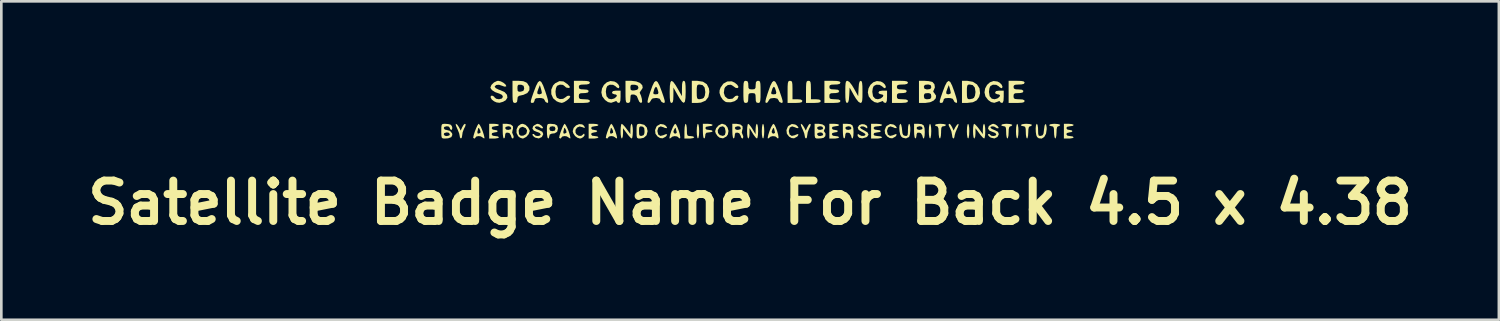
<source format=kicad_pcb>
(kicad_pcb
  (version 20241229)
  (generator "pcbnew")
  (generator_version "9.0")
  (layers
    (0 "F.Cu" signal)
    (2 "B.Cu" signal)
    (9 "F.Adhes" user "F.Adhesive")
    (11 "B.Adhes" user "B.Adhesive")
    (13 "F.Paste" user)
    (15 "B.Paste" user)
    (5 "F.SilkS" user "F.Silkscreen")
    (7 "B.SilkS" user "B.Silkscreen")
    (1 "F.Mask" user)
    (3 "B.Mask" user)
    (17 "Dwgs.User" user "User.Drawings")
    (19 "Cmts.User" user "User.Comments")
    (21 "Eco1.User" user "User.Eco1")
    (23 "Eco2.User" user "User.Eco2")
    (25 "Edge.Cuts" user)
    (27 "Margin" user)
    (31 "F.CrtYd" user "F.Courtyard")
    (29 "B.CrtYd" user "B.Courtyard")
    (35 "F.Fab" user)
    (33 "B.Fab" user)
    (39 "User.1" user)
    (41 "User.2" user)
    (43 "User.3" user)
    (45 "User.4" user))
  (footprint "Satellite Badge Name For Back 4.5 x 4.38"
    (layer "F.Cu")
    (at 25.262 4.601)
    (property "Reference" "Satellite Badge Name For Back 4.5 x 4.38" (at 0 0 0) (layer "F.SilkS") (effects (font (size 1.524 1.524) (thickness 0.3))))
    (attr board_only exclude_from_pos_files exclude_from_bom)
    (fp_poly (pts (xy -1.944 -2.936) (xy -1.927 -2.826) (xy -1.922 -2.7) (xy -1.929 -2.552) (xy -1.948 -2.452) (xy -1.969 -2.422) (xy -1.993 -2.464) (xy -2.01 -2.575) (xy -2.015 -2.7) (xy -2.008 -2.848) (xy -1.99 -2.949) (xy -1.969 -2.978)) (stroke (width 0) (type solid)) (fill yes) (layer "F.SilkS"))
    (fp_poly (pts (xy 0.513 -2.936) (xy 0.529 -2.826) (xy 0.534 -2.7) (xy 0.527 -2.552) (xy 0.509 -2.452) (xy 0.488 -2.422) (xy 0.463 -2.464) (xy 0.446 -2.575) (xy 0.442 -2.7) (xy 0.449 -2.848) (xy 0.467 -2.949) (xy 0.488 -2.978)) (stroke (width 0) (type solid)) (fill yes) (layer "F.SilkS"))
    (fp_poly (pts (xy 6.816 -2.936) (xy 6.833 -2.826) (xy 6.838 -2.7) (xy 6.831 -2.552) (xy 6.812 -2.452) (xy 6.792 -2.422) (xy 6.767 -2.464) (xy 6.75 -2.575) (xy 6.745 -2.7) (xy 6.752 -2.848) (xy 6.771 -2.949) (xy 6.792 -2.978)) (stroke (width 0) (type solid)) (fill yes) (layer "F.SilkS"))
    (fp_poly (pts (xy 8.253 -2.936) (xy 8.27 -2.826) (xy 8.275 -2.7) (xy 8.268 -2.552) (xy 8.249 -2.452) (xy 8.228 -2.422) (xy 8.204 -2.464) (xy 8.187 -2.575) (xy 8.182 -2.7) (xy 8.189 -2.848) (xy 8.207 -2.949) (xy 8.228 -2.978)) (stroke (width 0) (type solid)) (fill yes) (layer "F.SilkS"))
    (fp_poly (pts (xy 10.107 -2.936) (xy 10.124 -2.826) (xy 10.129 -2.7) (xy 10.122 -2.552) (xy 10.103 -2.452) (xy 10.082 -2.422) (xy 10.058 -2.464) (xy 10.041 -2.575) (xy 10.036 -2.7) (xy 10.043 -2.848) (xy 10.062 -2.949) (xy 10.082 -2.978)) (stroke (width 0) (type solid)) (fill yes) (layer "F.SilkS"))
    (fp_poly (pts (xy -2.406 -2.937) (xy -2.389 -2.83) (xy -2.386 -2.747) (xy -2.383 -2.609) (xy -2.364 -2.541) (xy -2.315 -2.517) (xy -2.247 -2.515) (xy -2.149 -2.501) (xy -2.108 -2.469) (xy -2.108 -2.468) (xy -2.149 -2.439) (xy -2.252 -2.423) (xy -2.293 -2.422) (xy -2.479 -2.422) (xy -2.479 -2.7) (xy -2.471 -2.848) (xy -2.453 -2.949) (xy -2.432 -2.978)) (stroke (width 0) (type solid)) (fill yes) (layer "F.SilkS"))
    (fp_poly (pts (xy 1.555 -4.592) (xy 1.583 -4.555) (xy 1.596 -4.469) (xy 1.6 -4.315) (xy 1.6 -4.253) (xy 1.6 -3.905) (xy 1.786 -3.905) (xy 1.915 -3.894) (xy 1.968 -3.856) (xy 1.971 -3.836) (xy 1.95 -3.795) (xy 1.874 -3.774) (xy 1.727 -3.766) (xy 1.693 -3.766) (xy 1.415 -3.766) (xy 1.415 -4.183) (xy 1.416 -4.382) (xy 1.424 -4.505) (xy 1.441 -4.57) (xy 1.471 -4.596) (xy 1.508 -4.601)) (stroke (width 0) (type solid)) (fill yes) (layer "F.SilkS"))
    (fp_poly (pts (xy 2.25 -4.592) (xy 2.278 -4.555) (xy 2.291 -4.469) (xy 2.295 -4.315) (xy 2.296 -4.253) (xy 2.296 -3.905) (xy 2.481 -3.905) (xy 2.61 -3.894) (xy 2.663 -3.856) (xy 2.666 -3.836) (xy 2.645 -3.795) (xy 2.569 -3.774) (xy 2.422 -3.766) (xy 2.388 -3.766) (xy 2.11 -3.766) (xy 2.11 -4.183) (xy 2.112 -4.382) (xy 2.119 -4.505) (xy 2.136 -4.57) (xy 2.166 -4.596) (xy 2.203 -4.601)) (stroke (width 0) (type solid)) (fill yes) (layer "F.SilkS"))
    (fp_poly (pts (xy -10.733 -2.955) (xy -10.755 -2.876) (xy -10.798 -2.793) (xy -10.85 -2.658) (xy -10.866 -2.55) (xy -10.882 -2.457) (xy -10.914 -2.422) (xy -10.952 -2.461) (xy -10.961 -2.517) (xy -10.981 -2.616) (xy -11.033 -2.75) (xy -11.054 -2.795) (xy -11.101 -2.904) (xy -11.112 -2.969) (xy -11.102 -2.978) (xy -11.051 -2.941) (xy -10.99 -2.852) (xy -10.99 -2.851) (xy -10.923 -2.723) (xy -10.865 -2.851) (xy -10.812 -2.941) (xy -10.768 -2.978)) (stroke (width 0) (type solid)) (fill yes) (layer "F.SilkS"))
    (fp_poly (pts (xy 2.291 -2.955) (xy 2.27 -2.876) (xy 2.226 -2.793) (xy 2.175 -2.658) (xy 2.158 -2.55) (xy 2.142 -2.457) (xy 2.11 -2.422) (xy 2.073 -2.461) (xy 2.064 -2.517) (xy 2.043 -2.616) (xy 1.992 -2.75) (xy 1.97 -2.795) (xy 1.924 -2.904) (xy 1.913 -2.969) (xy 1.922 -2.978) (xy 1.974 -2.941) (xy 2.034 -2.852) (xy 2.035 -2.851) (xy 2.102 -2.723) (xy 2.16 -2.851) (xy 2.212 -2.941) (xy 2.257 -2.978)) (stroke (width 0) (type solid)) (fill yes) (layer "F.SilkS"))
    (fp_poly (pts (xy 7.869 -2.942) (xy 7.839 -2.851) (xy 7.812 -2.795) (xy 7.754 -2.659) (xy 7.721 -2.543) (xy 7.719 -2.517) (xy 7.699 -2.44) (xy 7.672 -2.422) (xy 7.638 -2.462) (xy 7.624 -2.55) (xy 7.599 -2.689) (xy 7.556 -2.793) (xy 7.498 -2.911) (xy 7.497 -2.969) (xy 7.526 -2.978) (xy 7.57 -2.941) (xy 7.623 -2.851) (xy 7.681 -2.723) (xy 7.747 -2.851) (xy 7.808 -2.94) (xy 7.859 -2.978) (xy 7.86 -2.978)) (stroke (width 0) (type solid)) (fill yes) (layer "F.SilkS"))
    (fp_poly (pts (xy 7.31 -2.969) (xy 7.385 -2.946) (xy 7.394 -2.932) (xy 7.355 -2.894) (xy 7.301 -2.886) (xy 7.246 -2.873) (xy 7.218 -2.822) (xy 7.209 -2.707) (xy 7.209 -2.654) (xy 7.2 -2.522) (xy 7.179 -2.438) (xy 7.162 -2.422) (xy 7.136 -2.464) (xy 7.119 -2.57) (xy 7.116 -2.654) (xy 7.109 -2.8) (xy 7.083 -2.871) (xy 7.046 -2.886) (xy 6.985 -2.911) (xy 6.977 -2.932) (xy 7.018 -2.96) (xy 7.123 -2.976) (xy 7.186 -2.978)) (stroke (width 0) (type solid)) (fill yes) (layer "F.SilkS"))
    (fp_poly (pts (xy 9.813 -2.969) (xy 9.887 -2.946) (xy 9.897 -2.932) (xy 9.859 -2.891) (xy 9.828 -2.886) (xy 9.784 -2.861) (xy 9.762 -2.775) (xy 9.758 -2.654) (xy 9.75 -2.522) (xy 9.728 -2.438) (xy 9.712 -2.422) (xy 9.685 -2.464) (xy 9.668 -2.57) (xy 9.665 -2.654) (xy 9.66 -2.793) (xy 9.64 -2.862) (xy 9.594 -2.885) (xy 9.573 -2.886) (xy 9.497 -2.905) (xy 9.48 -2.932) (xy 9.521 -2.96) (xy 9.626 -2.976) (xy 9.688 -2.978)) (stroke (width 0) (type solid)) (fill yes) (layer "F.SilkS"))
    (fp_poly (pts (xy 10.554 -2.969) (xy 10.629 -2.946) (xy 10.639 -2.932) (xy 10.601 -2.891) (xy 10.569 -2.886) (xy 10.525 -2.861) (xy 10.504 -2.775) (xy 10.5 -2.654) (xy 10.491 -2.522) (xy 10.47 -2.438) (xy 10.453 -2.422) (xy 10.427 -2.464) (xy 10.41 -2.57) (xy 10.407 -2.654) (xy 10.402 -2.793) (xy 10.381 -2.862) (xy 10.336 -2.885) (xy 10.314 -2.886) (xy 10.239 -2.905) (xy 10.221 -2.932) (xy 10.263 -2.96) (xy 10.368 -2.976) (xy 10.43 -2.978)) (stroke (width 0) (type solid)) (fill yes) (layer "F.SilkS"))
    (fp_poly (pts (xy 11.621 -2.969) (xy 11.695 -2.946) (xy 11.705 -2.932) (xy 11.667 -2.891) (xy 11.635 -2.886) (xy 11.591 -2.861) (xy 11.57 -2.775) (xy 11.566 -2.654) (xy 11.557 -2.522) (xy 11.536 -2.438) (xy 11.519 -2.422) (xy 11.493 -2.464) (xy 11.476 -2.57) (xy 11.473 -2.654) (xy 11.468 -2.793) (xy 11.447 -2.862) (xy 11.402 -2.885) (xy 11.38 -2.886) (xy 11.305 -2.905) (xy 11.288 -2.932) (xy 11.329 -2.96) (xy 11.434 -2.976) (xy 11.496 -2.978)) (stroke (width 0) (type solid)) (fill yes) (layer "F.SilkS"))
    (fp_poly (pts (xy -3.258 -2.952) (xy -3.194 -2.913) (xy -3.134 -2.846) (xy -3.149 -2.811) (xy -3.222 -2.825) (xy -3.256 -2.843) (xy -3.375 -2.881) (xy -3.461 -2.837) (xy -3.498 -2.719) (xy -3.498 -2.7) (xy -3.468 -2.574) (xy -3.388 -2.521) (xy -3.272 -2.548) (xy -3.256 -2.557) (xy -3.167 -2.591) (xy -3.131 -2.57) (xy -3.166 -2.511) (xy -3.194 -2.488) (xy -3.301 -2.43) (xy -3.399 -2.441) (xy -3.488 -2.494) (xy -3.571 -2.602) (xy -3.587 -2.739) (xy -3.536 -2.869) (xy -3.506 -2.902) (xy -3.384 -2.971)) (stroke (width 0) (type solid)) (fill yes) (layer "F.SilkS"))
    (fp_poly (pts (xy -1.482 -2.968) (xy -1.417 -2.942) (xy -1.412 -2.932) (xy -1.453 -2.899) (xy -1.55 -2.886) (xy -1.552 -2.886) (xy -1.662 -2.865) (xy -1.691 -2.816) (xy -1.649 -2.761) (xy -1.552 -2.747) (xy -1.454 -2.733) (xy -1.412 -2.701) (xy -1.412 -2.7) (xy -1.453 -2.668) (xy -1.55 -2.654) (xy -1.552 -2.654) (xy -1.651 -2.641) (xy -1.687 -2.588) (xy -1.691 -2.538) (xy -1.706 -2.451) (xy -1.737 -2.422) (xy -1.762 -2.464) (xy -1.778 -2.575) (xy -1.783 -2.7) (xy -1.783 -2.978) (xy -1.598 -2.978)) (stroke (width 0) (type solid)) (fill yes) (layer "F.SilkS"))
    (fp_poly (pts (xy 1.702 -2.952) (xy 1.765 -2.913) (xy 1.825 -2.846) (xy 1.811 -2.811) (xy 1.737 -2.825) (xy 1.704 -2.843) (xy 1.585 -2.881) (xy 1.499 -2.837) (xy 1.462 -2.719) (xy 1.461 -2.7) (xy 1.491 -2.574) (xy 1.572 -2.521) (xy 1.688 -2.548) (xy 1.704 -2.557) (xy 1.792 -2.591) (xy 1.828 -2.57) (xy 1.794 -2.511) (xy 1.765 -2.488) (xy 1.658 -2.43) (xy 1.561 -2.441) (xy 1.472 -2.494) (xy 1.389 -2.602) (xy 1.372 -2.739) (xy 1.423 -2.869) (xy 1.453 -2.902) (xy 1.576 -2.971)) (stroke (width 0) (type solid)) (fill yes) (layer "F.SilkS"))
    (fp_poly (pts (xy 5.41 -2.952) (xy 5.473 -2.913) (xy 5.533 -2.846) (xy 5.519 -2.811) (xy 5.445 -2.825) (xy 5.412 -2.843) (xy 5.293 -2.881) (xy 5.207 -2.837) (xy 5.17 -2.719) (xy 5.169 -2.7) (xy 5.199 -2.574) (xy 5.28 -2.521) (xy 5.396 -2.548) (xy 5.412 -2.557) (xy 5.5 -2.591) (xy 5.536 -2.57) (xy 5.502 -2.511) (xy 5.473 -2.488) (xy 5.366 -2.43) (xy 5.269 -2.441) (xy 5.18 -2.494) (xy 5.097 -2.602) (xy 5.08 -2.739) (xy 5.131 -2.869) (xy 5.161 -2.902) (xy 5.284 -2.971)) (stroke (width 0) (type solid)) (fill yes) (layer "F.SilkS"))
    (fp_poly (pts (xy -9.547 -2.968) (xy -9.482 -2.942) (xy -9.477 -2.932) (xy -9.518 -2.899) (xy -9.615 -2.886) (xy -9.616 -2.886) (xy -9.727 -2.865) (xy -9.756 -2.816) (xy -9.715 -2.76) (xy -9.64 -2.747) (xy -9.553 -2.731) (xy -9.524 -2.7) (xy -9.563 -2.665) (xy -9.64 -2.654) (xy -9.733 -2.63) (xy -9.756 -2.584) (xy -9.714 -2.529) (xy -9.616 -2.515) (xy -9.519 -2.501) (xy -9.477 -2.469) (xy -9.477 -2.468) (xy -9.519 -2.439) (xy -9.621 -2.423) (xy -9.663 -2.422) (xy -9.848 -2.422) (xy -9.848 -2.978) (xy -9.663 -2.978)) (stroke (width 0) (type solid)) (fill yes) (layer "F.SilkS"))
    (fp_poly (pts (xy -6.34 -2.957) (xy -6.289 -2.923) (xy -6.236 -2.85) (xy -6.253 -2.821) (xy -6.326 -2.85) (xy -6.436 -2.877) (xy -6.531 -2.836) (xy -6.589 -2.751) (xy -6.59 -2.645) (xy -6.555 -2.582) (xy -6.47 -2.526) (xy -6.377 -2.521) (xy -6.315 -2.568) (xy -6.313 -2.573) (xy -6.274 -2.606) (xy -6.256 -2.597) (xy -6.248 -2.541) (xy -6.299 -2.475) (xy -6.38 -2.429) (xy -6.424 -2.422) (xy -6.52 -2.453) (xy -6.604 -2.515) (xy -6.673 -2.616) (xy -6.696 -2.7) (xy -6.66 -2.822) (xy -6.571 -2.916) (xy -6.455 -2.966)) (stroke (width 0) (type solid)) (fill yes) (layer "F.SilkS"))
    (fp_poly (pts (xy -5.792 -2.968) (xy -5.728 -2.942) (xy -5.723 -2.932) (xy -5.763 -2.899) (xy -5.86 -2.886) (xy -5.862 -2.886) (xy -5.972 -2.865) (xy -6.001 -2.816) (xy -5.961 -2.76) (xy -5.885 -2.747) (xy -5.798 -2.731) (xy -5.769 -2.7) (xy -5.809 -2.665) (xy -5.885 -2.654) (xy -5.978 -2.63) (xy -6.001 -2.584) (xy -5.96 -2.529) (xy -5.862 -2.515) (xy -5.764 -2.501) (xy -5.723 -2.469) (xy -5.723 -2.468) (xy -5.764 -2.439) (xy -5.867 -2.423) (xy -5.908 -2.422) (xy -6.094 -2.422) (xy -6.094 -2.978) (xy -5.908 -2.978)) (stroke (width 0) (type solid)) (fill yes) (layer "F.SilkS"))
    (fp_poly (pts (xy 3.292 -2.968) (xy 3.357 -2.942) (xy 3.362 -2.932) (xy 3.321 -2.899) (xy 3.224 -2.886) (xy 3.223 -2.886) (xy 3.112 -2.865) (xy 3.084 -2.816) (xy 3.124 -2.76) (xy 3.199 -2.747) (xy 3.287 -2.731) (xy 3.315 -2.7) (xy 3.276 -2.665) (xy 3.199 -2.654) (xy 3.106 -2.63) (xy 3.084 -2.584) (xy 3.125 -2.529) (xy 3.223 -2.515) (xy 3.32 -2.501) (xy 3.362 -2.469) (xy 3.362 -2.468) (xy 3.321 -2.439) (xy 3.218 -2.423) (xy 3.176 -2.422) (xy 2.991 -2.422) (xy 2.991 -2.978) (xy 3.176 -2.978)) (stroke (width 0) (type solid)) (fill yes) (layer "F.SilkS"))
    (fp_poly (pts (xy 10.85 -2.937) (xy 10.867 -2.83) (xy 10.87 -2.743) (xy 10.874 -2.605) (xy 10.891 -2.538) (xy 10.933 -2.52) (xy 10.975 -2.523) (xy 11.04 -2.546) (xy 11.075 -2.607) (xy 11.091 -2.732) (xy 11.093 -2.758) (xy 11.114 -2.906) (xy 11.144 -2.97) (xy 11.174 -2.949) (xy 11.193 -2.842) (xy 11.195 -2.773) (xy 11.169 -2.603) (xy 11.101 -2.481) (xy 11.006 -2.42) (xy 10.898 -2.431) (xy 10.833 -2.478) (xy 10.802 -2.549) (xy 10.784 -2.665) (xy 10.779 -2.796) (xy 10.788 -2.909) (xy 10.813 -2.973) (xy 10.824 -2.978)) (stroke (width 0) (type solid)) (fill yes) (layer "F.SilkS"))
    (fp_poly (pts (xy 12.145 -2.968) (xy 12.21 -2.942) (xy 12.215 -2.932) (xy 12.174 -2.899) (xy 12.077 -2.886) (xy 12.076 -2.886) (xy 11.965 -2.865) (xy 11.936 -2.816) (xy 11.977 -2.76) (xy 12.052 -2.747) (xy 12.139 -2.731) (xy 12.168 -2.7) (xy 12.129 -2.665) (xy 12.052 -2.654) (xy 11.959 -2.63) (xy 11.936 -2.584) (xy 11.978 -2.529) (xy 12.076 -2.515) (xy 12.173 -2.501) (xy 12.215 -2.469) (xy 12.215 -2.468) (xy 12.173 -2.439) (xy 12.071 -2.423) (xy 12.029 -2.422) (xy 11.844 -2.422) (xy 11.844 -2.978) (xy 12.029 -2.978)) (stroke (width 0) (type solid)) (fill yes) (layer "F.SilkS"))
    (fp_poly (pts (xy -4.447 -2.936) (xy -4.43 -2.826) (xy -4.425 -2.7) (xy -4.432 -2.553) (xy -4.448 -2.453) (xy -4.468 -2.422) (xy -4.517 -2.456) (xy -4.597 -2.545) (xy -4.653 -2.617) (xy -4.796 -2.811) (xy -4.796 -2.617) (xy -4.806 -2.497) (xy -4.831 -2.429) (xy -4.842 -2.422) (xy -4.867 -2.464) (xy -4.884 -2.575) (xy -4.889 -2.7) (xy -4.882 -2.847) (xy -4.866 -2.948) (xy -4.846 -2.978) (xy -4.797 -2.944) (xy -4.717 -2.856) (xy -4.661 -2.784) (xy -4.518 -2.589) (xy -4.518 -2.784) (xy -4.508 -2.903) (xy -4.483 -2.972) (xy -4.472 -2.978)) (stroke (width 0) (type solid)) (fill yes) (layer "F.SilkS"))
    (fp_poly (pts (xy 0.281 -2.936) (xy 0.298 -2.826) (xy 0.303 -2.7) (xy 0.296 -2.553) (xy 0.279 -2.453) (xy 0.259 -2.422) (xy 0.212 -2.459) (xy 0.14 -2.552) (xy 0.097 -2.619) (xy -0.021 -2.816) (xy -0.022 -2.619) (xy -0.031 -2.499) (xy -0.056 -2.429) (xy -0.068 -2.422) (xy -0.093 -2.464) (xy -0.11 -2.575) (xy -0.115 -2.7) (xy -0.108 -2.847) (xy -0.092 -2.948) (xy -0.073 -2.978) (xy -0.027 -2.942) (xy 0.044 -2.849) (xy 0.087 -2.781) (xy 0.206 -2.584) (xy 0.208 -2.781) (xy 0.219 -2.902) (xy 0.244 -2.971) (xy 0.256 -2.978)) (stroke (width 0) (type solid)) (fill yes) (layer "F.SilkS"))
    (fp_poly (pts (xy 8.856 -2.936) (xy 8.872 -2.826) (xy 8.877 -2.7) (xy 8.871 -2.553) (xy 8.854 -2.453) (xy 8.835 -2.422) (xy 8.786 -2.456) (xy 8.706 -2.545) (xy 8.65 -2.617) (xy 8.507 -2.811) (xy 8.507 -2.617) (xy 8.497 -2.497) (xy 8.472 -2.429) (xy 8.46 -2.422) (xy 8.435 -2.464) (xy 8.419 -2.575) (xy 8.414 -2.7) (xy 8.42 -2.847) (xy 8.437 -2.948) (xy 8.456 -2.978) (xy 8.505 -2.944) (xy 8.586 -2.856) (xy 8.642 -2.784) (xy 8.785 -2.589) (xy 8.785 -2.784) (xy 8.794 -2.903) (xy 8.819 -2.972) (xy 8.831 -2.978)) (stroke (width 0) (type solid)) (fill yes) (layer "F.SilkS"))
    (fp_poly (pts (xy -0.931 -2.939) (xy -0.851 -2.84) (xy -0.816 -2.711) (xy -0.837 -2.58) (xy -0.895 -2.499) (xy -1.021 -2.429) (xy -1.146 -2.452) (xy -1.227 -2.515) (xy -1.296 -2.616) (xy -1.32 -2.7) (xy -1.307 -2.739) (xy -1.221 -2.739) (xy -1.212 -2.634) (xy -1.145 -2.552) (xy -1.035 -2.523) (xy -1.019 -2.525) (xy -0.953 -2.556) (xy -0.928 -2.641) (xy -0.926 -2.7) (xy -0.953 -2.828) (xy -1.025 -2.885) (xy -1.126 -2.862) (xy -1.16 -2.837) (xy -1.221 -2.739) (xy -1.307 -2.739) (xy -1.282 -2.813) (xy -1.191 -2.916) (xy -1.08 -2.975) (xy -1.049 -2.978)) (stroke (width 0) (type solid)) (fill yes) (layer "F.SilkS"))
    (fp_poly (pts (xy 6.033 -2.938) (xy 6.047 -2.838) (xy 6.047 -2.709) (xy 6.033 -2.584) (xy 6.006 -2.494) (xy 5.994 -2.478) (xy 5.885 -2.426) (xy 5.762 -2.452) (xy 5.706 -2.495) (xy 5.666 -2.572) (xy 5.641 -2.69) (xy 5.632 -2.817) (xy 5.64 -2.923) (xy 5.669 -2.977) (xy 5.677 -2.978) (xy 5.705 -2.937) (xy 5.727 -2.831) (xy 5.735 -2.758) (xy 5.75 -2.621) (xy 5.781 -2.552) (xy 5.841 -2.525) (xy 5.853 -2.523) (xy 5.914 -2.522) (xy 5.945 -2.557) (xy 5.956 -2.65) (xy 5.957 -2.743) (xy 5.965 -2.877) (xy 5.987 -2.962) (xy 6.004 -2.978)) (stroke (width 0) (type solid)) (fill yes) (layer "F.SilkS"))
    (fp_poly (pts (xy -8.478 -2.94) (xy -8.381 -2.847) (xy -8.323 -2.736) (xy -8.319 -2.7) (xy -8.357 -2.588) (xy -8.448 -2.484) (xy -8.558 -2.426) (xy -8.59 -2.422) (xy -8.686 -2.455) (xy -8.752 -2.507) (xy -8.816 -2.632) (xy -8.814 -2.726) (xy -8.736 -2.726) (xy -8.723 -2.595) (xy -8.717 -2.578) (xy -8.657 -2.528) (xy -8.562 -2.531) (xy -8.47 -2.582) (xy -8.44 -2.619) (xy -8.417 -2.725) (xy -8.468 -2.814) (xy -8.574 -2.861) (xy -8.602 -2.862) (xy -8.693 -2.824) (xy -8.736 -2.726) (xy -8.814 -2.726) (xy -8.814 -2.769) (xy -8.757 -2.89) (xy -8.654 -2.966) (xy -8.582 -2.978)) (stroke (width 0) (type solid)) (fill yes) (layer "F.SilkS"))
    (fp_poly (pts (xy -7.372 -2.963) (xy -7.283 -2.911) (xy -7.253 -2.811) (xy -7.253 -2.793) (xy -7.283 -2.677) (xy -7.379 -2.619) (xy -7.488 -2.607) (xy -7.563 -2.573) (xy -7.577 -2.515) (xy -7.596 -2.439) (xy -7.623 -2.422) (xy -7.648 -2.464) (xy -7.665 -2.575) (xy -7.67 -2.7) (xy -7.669 -2.793) (xy -7.577 -2.793) (xy -7.55 -2.72) (xy -7.461 -2.7) (xy -7.37 -2.722) (xy -7.345 -2.793) (xy -7.372 -2.866) (xy -7.461 -2.886) (xy -7.552 -2.864) (xy -7.577 -2.793) (xy -7.669 -2.793) (xy -7.668 -2.854) (xy -7.655 -2.937) (xy -7.621 -2.971) (xy -7.554 -2.978) (xy -7.534 -2.978)) (stroke (width 0) (type solid)) (fill yes) (layer "F.SilkS"))
    (fp_poly (pts (xy -1.781 -4.568) (xy -1.633 -4.471) (xy -1.553 -4.312) (xy -1.539 -4.183) (xy -1.575 -3.988) (xy -1.681 -3.852) (xy -1.854 -3.779) (xy -1.994 -3.766) (xy -2.2 -3.766) (xy -2.2 -4.183) (xy -2.015 -4.183) (xy -2.012 -4.029) (xy -1.998 -3.946) (xy -1.965 -3.912) (xy -1.908 -3.905) (xy -1.799 -3.928) (xy -1.746 -3.961) (xy -1.709 -4.042) (xy -1.691 -4.167) (xy -1.691 -4.183) (xy -1.716 -4.347) (xy -1.794 -4.438) (xy -1.908 -4.461) (xy -1.968 -4.454) (xy -2 -4.418) (xy -2.013 -4.331) (xy -2.015 -4.183) (xy -2.2 -4.183) (xy -2.2 -4.601) (xy -1.994 -4.601)) (stroke (width 0) (type solid)) (fill yes) (layer "F.SilkS"))
    (fp_poly (pts (xy 4.9 -2.969) (xy 4.974 -2.946) (xy 4.984 -2.932) (xy 4.943 -2.901) (xy 4.843 -2.886) (xy 4.822 -2.886) (xy 4.702 -2.87) (xy 4.66 -2.822) (xy 4.659 -2.816) (xy 4.701 -2.761) (xy 4.798 -2.747) (xy 4.896 -2.733) (xy 4.938 -2.701) (xy 4.938 -2.7) (xy 4.897 -2.668) (xy 4.8 -2.654) (xy 4.798 -2.654) (xy 4.688 -2.633) (xy 4.659 -2.584) (xy 4.695 -2.533) (xy 4.807 -2.515) (xy 4.822 -2.515) (xy 4.929 -2.503) (xy 4.982 -2.474) (xy 4.984 -2.468) (xy 4.942 -2.441) (xy 4.838 -2.424) (xy 4.775 -2.422) (xy 4.567 -2.422) (xy 4.567 -2.978) (xy 4.775 -2.978)) (stroke (width 0) (type solid)) (fill yes) (layer "F.SilkS"))
    (fp_poly (pts (xy 8.407 -4.564) (xy 8.564 -4.464) (xy 8.658 -4.315) (xy 8.68 -4.134) (xy 8.643 -3.991) (xy 8.553 -3.864) (xy 8.407 -3.791) (xy 8.192 -3.766) (xy 8.179 -3.766) (xy 7.997 -3.766) (xy 7.997 -4.183) (xy 8.182 -4.183) (xy 8.185 -4.029) (xy 8.199 -3.946) (xy 8.232 -3.912) (xy 8.289 -3.905) (xy 8.398 -3.928) (xy 8.451 -3.961) (xy 8.488 -4.042) (xy 8.506 -4.167) (xy 8.507 -4.183) (xy 8.481 -4.347) (xy 8.403 -4.438) (xy 8.289 -4.461) (xy 8.229 -4.454) (xy 8.198 -4.418) (xy 8.184 -4.331) (xy 8.182 -4.183) (xy 7.997 -4.183) (xy 7.997 -4.601) (xy 8.199 -4.601)) (stroke (width 0) (type solid)) (fill yes) (layer "F.SilkS"))
    (fp_poly (pts (xy -3.995 -2.94) (xy -3.897 -2.835) (xy -3.869 -2.7) (xy -3.907 -2.546) (xy -4.014 -2.45) (xy -4.15 -2.422) (xy -4.226 -2.426) (xy -4.266 -2.452) (xy -4.283 -2.523) (xy -4.286 -2.659) (xy -4.286 -2.7) (xy -4.193 -2.7) (xy -4.188 -2.579) (xy -4.163 -2.527) (xy -4.103 -2.521) (xy -4.089 -2.523) (xy -4.017 -2.551) (xy -3.988 -2.625) (xy -3.985 -2.7) (xy -3.996 -2.814) (xy -4.041 -2.865) (xy -4.089 -2.877) (xy -4.155 -2.877) (xy -4.186 -2.834) (xy -4.193 -2.726) (xy -4.193 -2.7) (xy -4.286 -2.7) (xy -4.284 -2.854) (xy -4.271 -2.937) (xy -4.237 -2.971) (xy -4.17 -2.978) (xy -4.15 -2.978)) (stroke (width 0) (type solid)) (fill yes) (layer "F.SilkS"))
    (fp_poly (pts (xy 3.651 -2.978) (xy 3.785 -2.966) (xy 3.862 -2.919) (xy 3.896 -2.817) (xy 3.904 -2.665) (xy 3.897 -2.525) (xy 3.877 -2.44) (xy 3.851 -2.421) (xy 3.825 -2.478) (xy 3.817 -2.526) (xy 3.764 -2.62) (xy 3.698 -2.645) (xy 3.62 -2.639) (xy 3.594 -2.573) (xy 3.593 -2.541) (xy 3.578 -2.453) (xy 3.547 -2.422) (xy 3.522 -2.464) (xy 3.506 -2.575) (xy 3.501 -2.7) (xy 3.501 -2.816) (xy 3.593 -2.816) (xy 3.634 -2.76) (xy 3.709 -2.747) (xy 3.802 -2.771) (xy 3.825 -2.816) (xy 3.785 -2.872) (xy 3.709 -2.886) (xy 3.616 -2.861) (xy 3.593 -2.816) (xy 3.501 -2.816) (xy 3.501 -2.978)) (stroke (width 0) (type solid)) (fill yes) (layer "F.SilkS"))
    (fp_poly (pts (xy 6.34 -2.978) (xy 6.474 -2.966) (xy 6.55 -2.919) (xy 6.584 -2.817) (xy 6.593 -2.665) (xy 6.586 -2.525) (xy 6.566 -2.44) (xy 6.539 -2.421) (xy 6.514 -2.478) (xy 6.505 -2.526) (xy 6.452 -2.62) (xy 6.386 -2.645) (xy 6.308 -2.639) (xy 6.283 -2.573) (xy 6.282 -2.541) (xy 6.266 -2.453) (xy 6.235 -2.422) (xy 6.211 -2.464) (xy 6.194 -2.575) (xy 6.189 -2.7) (xy 6.189 -2.816) (xy 6.282 -2.816) (xy 6.322 -2.76) (xy 6.398 -2.747) (xy 6.491 -2.771) (xy 6.513 -2.816) (xy 6.473 -2.872) (xy 6.398 -2.886) (xy 6.304 -2.861) (xy 6.282 -2.816) (xy 6.189 -2.816) (xy 6.189 -2.978)) (stroke (width 0) (type solid)) (fill yes) (layer "F.SilkS"))
    (fp_poly (pts (xy -2.785 -2.938) (xy -2.736 -2.837) (xy -2.688 -2.705) (xy -2.651 -2.573) (xy -2.635 -2.47) (xy -2.643 -2.43) (xy -2.685 -2.435) (xy -2.697 -2.457) (xy -2.754 -2.501) (xy -2.851 -2.513) (xy -2.94 -2.492) (xy -2.965 -2.468) (xy -3.023 -2.424) (xy -3.036 -2.422) (xy -3.043 -2.461) (xy -3.021 -2.564) (xy -2.988 -2.665) (xy -2.895 -2.665) (xy -2.858 -2.615) (xy -2.821 -2.607) (xy -2.769 -2.635) (xy -2.775 -2.681) (xy -2.8 -2.777) (xy -2.804 -2.808) (xy -2.819 -2.826) (xy -2.852 -2.788) (xy -2.883 -2.722) (xy -2.895 -2.665) (xy -2.988 -2.665) (xy -2.977 -2.7) (xy -2.918 -2.844) (xy -2.862 -2.944) (xy -2.825 -2.978)) (stroke (width 0) (type solid)) (fill yes) (layer "F.SilkS"))
    (fp_poly (pts (xy 0.923 -2.938) (xy 0.972 -2.837) (xy 1.02 -2.705) (xy 1.057 -2.573) (xy 1.073 -2.47) (xy 1.065 -2.43) (xy 1.023 -2.435) (xy 1.011 -2.457) (xy 0.954 -2.501) (xy 0.857 -2.513) (xy 0.768 -2.492) (xy 0.743 -2.468) (xy 0.685 -2.424) (xy 0.672 -2.422) (xy 0.665 -2.461) (xy 0.687 -2.564) (xy 0.72 -2.665) (xy 0.813 -2.665) (xy 0.85 -2.615) (xy 0.887 -2.607) (xy 0.939 -2.635) (xy 0.933 -2.681) (xy 0.908 -2.777) (xy 0.904 -2.808) (xy 0.889 -2.826) (xy 0.856 -2.788) (xy 0.825 -2.722) (xy 0.813 -2.665) (xy 0.72 -2.665) (xy 0.731 -2.7) (xy 0.79 -2.844) (xy 0.846 -2.944) (xy 0.883 -2.978)) (stroke (width 0) (type solid)) (fill yes) (layer "F.SilkS"))
    (fp_poly (pts (xy 4.325 -2.954) (xy 4.406 -2.905) (xy 4.428 -2.852) (xy 4.415 -2.802) (xy 4.372 -2.83) (xy 4.294 -2.874) (xy 4.208 -2.883) (xy 4.154 -2.857) (xy 4.15 -2.84) (xy 4.188 -2.794) (xy 4.284 -2.739) (xy 4.312 -2.726) (xy 4.433 -2.652) (xy 4.47 -2.57) (xy 4.42 -2.493) (xy 4.384 -2.47) (xy 4.232 -2.427) (xy 4.115 -2.453) (xy 4.064 -2.514) (xy 4.057 -2.551) (xy 4.07 -2.599) (xy 4.113 -2.57) (xy 4.204 -2.522) (xy 4.303 -2.523) (xy 4.357 -2.56) (xy 4.337 -2.604) (xy 4.254 -2.658) (xy 4.221 -2.673) (xy 4.096 -2.749) (xy 4.061 -2.834) (xy 4.117 -2.924) (xy 4.126 -2.931) (xy 4.219 -2.966)) (stroke (width 0) (type solid)) (fill yes) (layer "F.SilkS"))
    (fp_poly (pts (xy -9.035 -2.953) (xy -8.953 -2.886) (xy -8.948 -2.788) (xy -8.961 -2.759) (xy -8.981 -2.648) (xy -8.965 -2.605) (xy -8.926 -2.509) (xy -8.933 -2.439) (xy -8.964 -2.422) (xy -9.004 -2.461) (xy -9.022 -2.526) (xy -9.075 -2.62) (xy -9.141 -2.645) (xy -9.219 -2.639) (xy -9.245 -2.573) (xy -9.246 -2.541) (xy -9.261 -2.453) (xy -9.292 -2.422) (xy -9.317 -2.464) (xy -9.333 -2.575) (xy -9.338 -2.7) (xy -9.338 -2.816) (xy -9.246 -2.816) (xy -9.205 -2.76) (xy -9.13 -2.747) (xy -9.037 -2.771) (xy -9.014 -2.816) (xy -9.054 -2.872) (xy -9.13 -2.886) (xy -9.223 -2.861) (xy -9.246 -2.816) (xy -9.338 -2.816) (xy -9.338 -2.978) (xy -9.182 -2.978)) (stroke (width 0) (type solid)) (fill yes) (layer "F.SilkS"))
    (fp_poly (pts (xy -2.468 -4.584) (xy -2.447 -4.525) (xy -2.436 -4.407) (xy -2.432 -4.214) (xy -2.432 -4.183) (xy -2.439 -3.955) (xy -2.46 -3.817) (xy -2.501 -3.768) (xy -2.565 -3.806) (xy -2.655 -3.93) (xy -2.73 -4.056) (xy -2.894 -4.346) (xy -2.895 -4.056) (xy -2.9 -3.891) (xy -2.918 -3.8) (xy -2.953 -3.767) (xy -2.965 -3.766) (xy -2.999 -3.782) (xy -3.02 -3.842) (xy -3.031 -3.96) (xy -3.035 -4.153) (xy -3.035 -4.183) (xy -3.028 -4.412) (xy -3.006 -4.55) (xy -2.966 -4.599) (xy -2.902 -4.561) (xy -2.812 -4.437) (xy -2.737 -4.311) (xy -2.573 -4.021) (xy -2.572 -4.311) (xy -2.567 -4.476) (xy -2.549 -4.567) (xy -2.514 -4.599) (xy -2.502 -4.601)) (stroke (width 0) (type solid)) (fill yes) (layer "F.SilkS"))
    (fp_poly (pts (xy -0.368 -2.953) (xy -0.286 -2.886) (xy -0.281 -2.788) (xy -0.294 -2.759) (xy -0.314 -2.648) (xy -0.298 -2.605) (xy -0.259 -2.509) (xy -0.266 -2.439) (xy -0.297 -2.422) (xy -0.336 -2.461) (xy -0.355 -2.526) (xy -0.408 -2.62) (xy -0.474 -2.645) (xy -0.552 -2.639) (xy -0.577 -2.573) (xy -0.578 -2.541) (xy -0.594 -2.453) (xy -0.624 -2.422) (xy -0.649 -2.464) (xy -0.666 -2.575) (xy -0.671 -2.7) (xy -0.671 -2.816) (xy -0.578 -2.816) (xy -0.538 -2.76) (xy -0.462 -2.747) (xy -0.369 -2.771) (xy -0.346 -2.816) (xy -0.387 -2.872) (xy -0.462 -2.886) (xy -0.555 -2.861) (xy -0.578 -2.816) (xy -0.671 -2.816) (xy -0.671 -2.978) (xy -0.514 -2.978)) (stroke (width 0) (type solid)) (fill yes) (layer "F.SilkS"))
    (fp_poly (pts (xy -10.205 -2.938) (xy -10.149 -2.833) (xy -10.095 -2.7) (xy -10.049 -2.558) (xy -10.027 -2.458) (xy -10.034 -2.422) (xy -10.094 -2.456) (xy -10.103 -2.468) (xy -10.167 -2.504) (xy -10.245 -2.515) (xy -10.331 -2.499) (xy -10.358 -2.468) (xy -10.393 -2.423) (xy -10.404 -2.422) (xy -10.45 -2.446) (xy -10.451 -2.453) (xy -10.435 -2.54) (xy -10.396 -2.665) (xy -10.391 -2.681) (xy -10.294 -2.681) (xy -10.289 -2.619) (xy -10.247 -2.607) (xy -10.183 -2.637) (xy -10.173 -2.665) (xy -10.189 -2.732) (xy -10.222 -2.796) (xy -10.253 -2.828) (xy -10.265 -2.808) (xy -10.281 -2.719) (xy -10.294 -2.681) (xy -10.391 -2.681) (xy -10.346 -2.799) (xy -10.295 -2.911) (xy -10.254 -2.974) (xy -10.245 -2.978)) (stroke (width 0) (type solid)) (fill yes) (layer "F.SilkS"))
    (fp_poly (pts (xy -6.961 -2.938) (xy -6.905 -2.833) (xy -6.85 -2.7) (xy -6.804 -2.558) (xy -6.783 -2.458) (xy -6.79 -2.422) (xy -6.849 -2.456) (xy -6.859 -2.468) (xy -6.923 -2.504) (xy -7 -2.515) (xy -7.086 -2.499) (xy -7.114 -2.468) (xy -7.149 -2.423) (xy -7.16 -2.422) (xy -7.205 -2.446) (xy -7.206 -2.453) (xy -7.191 -2.54) (xy -7.152 -2.665) (xy -7.146 -2.681) (xy -7.049 -2.681) (xy -7.045 -2.619) (xy -7.003 -2.607) (xy -6.938 -2.637) (xy -6.929 -2.665) (xy -6.944 -2.732) (xy -6.977 -2.796) (xy -7.008 -2.828) (xy -7.02 -2.808) (xy -7.037 -2.719) (xy -7.049 -2.681) (xy -7.146 -2.681) (xy -7.101 -2.799) (xy -7.05 -2.911) (xy -7.01 -2.974) (xy -7.001 -2.978)) (stroke (width 0) (type solid)) (fill yes) (layer "F.SilkS"))
    (fp_poly (pts (xy -5.199 -2.938) (xy -5.143 -2.833) (xy -5.089 -2.7) (xy -5.043 -2.558) (xy -5.021 -2.458) (xy -5.028 -2.422) (xy -5.088 -2.456) (xy -5.097 -2.468) (xy -5.161 -2.504) (xy -5.239 -2.515) (xy -5.325 -2.499) (xy -5.352 -2.468) (xy -5.388 -2.423) (xy -5.399 -2.422) (xy -5.444 -2.446) (xy -5.445 -2.453) (xy -5.429 -2.54) (xy -5.391 -2.665) (xy -5.385 -2.681) (xy -5.288 -2.681) (xy -5.283 -2.619) (xy -5.241 -2.607) (xy -5.177 -2.637) (xy -5.168 -2.665) (xy -5.183 -2.732) (xy -5.216 -2.796) (xy -5.247 -2.828) (xy -5.259 -2.808) (xy -5.275 -2.719) (xy -5.288 -2.681) (xy -5.385 -2.681) (xy -5.34 -2.799) (xy -5.289 -2.911) (xy -5.248 -2.974) (xy -5.239 -2.978)) (stroke (width 0) (type solid)) (fill yes) (layer "F.SilkS"))
    (fp_poly (pts (xy -8.561 -4.586) (xy -8.445 -4.537) (xy -8.411 -4.508) (xy -8.329 -4.376) (xy -8.33 -4.248) (xy -8.408 -4.14) (xy -8.556 -4.071) (xy -8.598 -4.062) (xy -8.717 -4.035) (xy -8.77 -3.992) (xy -8.782 -3.908) (xy -8.782 -3.899) (xy -8.798 -3.8) (xy -8.857 -3.767) (xy -8.875 -3.766) (xy -8.919 -3.773) (xy -8.946 -3.806) (xy -8.961 -3.882) (xy -8.967 -4.019) (xy -8.968 -4.183) (xy -8.968 -4.322) (xy -8.782 -4.322) (xy -8.773 -4.223) (xy -8.729 -4.189) (xy -8.655 -4.192) (xy -8.559 -4.221) (xy -8.528 -4.297) (xy -8.527 -4.322) (xy -8.548 -4.412) (xy -8.626 -4.449) (xy -8.655 -4.453) (xy -8.743 -4.453) (xy -8.777 -4.407) (xy -8.782 -4.322) (xy -8.968 -4.322) (xy -8.968 -4.601) (xy -8.736 -4.601)) (stroke (width 0) (type solid)) (fill yes) (layer "F.SilkS"))
    (fp_poly (pts (xy -7.939 -2.954) (xy -7.863 -2.9) (xy -7.818 -2.841) (xy -7.821 -2.811) (xy -7.879 -2.808) (xy -7.912 -2.831) (xy -7.987 -2.874) (xy -8.068 -2.883) (xy -8.12 -2.86) (xy -8.122 -2.83) (xy -8.069 -2.781) (xy -7.963 -2.738) (xy -7.956 -2.736) (xy -7.842 -2.676) (xy -7.807 -2.586) (xy -7.858 -2.484) (xy -7.864 -2.478) (xy -7.975 -2.425) (xy -8.109 -2.456) (xy -8.159 -2.488) (xy -8.214 -2.552) (xy -8.208 -2.592) (xy -8.16 -2.594) (xy -8.146 -2.573) (xy -8.093 -2.528) (xy -8.006 -2.516) (xy -7.929 -2.537) (xy -7.902 -2.578) (xy -7.942 -2.631) (xy -8.039 -2.67) (xy -8.042 -2.67) (xy -8.163 -2.721) (xy -8.216 -2.798) (xy -8.19 -2.883) (xy -8.155 -2.915) (xy -8.065 -2.966) (xy -8.017 -2.978)) (stroke (width 0) (type solid)) (fill yes) (layer "F.SilkS"))
    (fp_poly (pts (xy -0.687 -4.58) (xy -0.576 -4.528) (xy -0.482 -4.449) (xy -0.439 -4.37) (xy -0.439 -4.365) (xy -0.471 -4.326) (xy -0.543 -4.334) (xy -0.619 -4.386) (xy -0.626 -4.394) (xy -0.726 -4.453) (xy -0.841 -4.442) (xy -0.937 -4.369) (xy -0.969 -4.311) (xy -0.992 -4.147) (xy -0.949 -4.013) (xy -0.85 -3.928) (xy -0.79 -3.913) (xy -0.665 -3.926) (xy -0.615 -3.971) (xy -0.556 -4.026) (xy -0.485 -4.045) (xy -0.441 -4.021) (xy -0.439 -4.007) (xy -0.48 -3.907) (xy -0.586 -3.831) (xy -0.727 -3.79) (xy -0.878 -3.794) (xy -0.939 -3.813) (xy -1.028 -3.884) (xy -1.105 -4.001) (xy -1.114 -4.02) (xy -1.155 -4.144) (xy -1.15 -4.245) (xy -1.114 -4.346) (xy -1.01 -4.493) (xy -0.862 -4.576) (xy -0.694 -4.582)) (stroke (width 0) (type solid)) (fill yes) (layer "F.SilkS"))
    (fp_poly (pts (xy 9.257 -2.954) (xy 9.333 -2.9) (xy 9.378 -2.841) (xy 9.375 -2.811) (xy 9.317 -2.808) (xy 9.284 -2.831) (xy 9.209 -2.874) (xy 9.128 -2.883) (xy 9.076 -2.86) (xy 9.074 -2.83) (xy 9.127 -2.781) (xy 9.233 -2.738) (xy 9.24 -2.736) (xy 9.354 -2.676) (xy 9.389 -2.586) (xy 9.338 -2.484) (xy 9.332 -2.478) (xy 9.221 -2.425) (xy 9.087 -2.456) (xy 9.037 -2.488) (xy 8.982 -2.552) (xy 8.988 -2.592) (xy 9.036 -2.594) (xy 9.05 -2.573) (xy 9.103 -2.528) (xy 9.189 -2.516) (xy 9.267 -2.537) (xy 9.294 -2.578) (xy 9.254 -2.631) (xy 9.157 -2.67) (xy 9.154 -2.67) (xy 9.033 -2.721) (xy 8.98 -2.798) (xy 9.006 -2.883) (xy 9.041 -2.915) (xy 9.131 -2.966) (xy 9.179 -2.978)) (stroke (width 0) (type solid)) (fill yes) (layer "F.SilkS"))
    (fp_poly (pts (xy -6.18 -4.596) (xy -6.086 -4.579) (xy -6.05 -4.547) (xy -6.047 -4.531) (xy -6.075 -4.485) (xy -6.168 -4.464) (xy -6.256 -4.461) (xy -6.386 -4.455) (xy -6.448 -4.43) (xy -6.465 -4.375) (xy -6.465 -4.369) (xy -6.449 -4.308) (xy -6.386 -4.281) (xy -6.279 -4.276) (xy -6.15 -4.265) (xy -6.097 -4.227) (xy -6.094 -4.207) (xy -6.124 -4.158) (xy -6.226 -4.138) (xy -6.279 -4.137) (xy -6.399 -4.131) (xy -6.452 -4.101) (xy -6.465 -4.031) (xy -6.465 -4.021) (xy -6.456 -3.95) (xy -6.414 -3.916) (xy -6.312 -3.906) (xy -6.256 -3.905) (xy -6.119 -3.896) (xy -6.056 -3.865) (xy -6.047 -3.836) (xy -6.068 -3.797) (xy -6.139 -3.775) (xy -6.28 -3.767) (xy -6.349 -3.766) (xy -6.65 -3.766) (xy -6.65 -4.601) (xy -6.349 -4.601)) (stroke (width 0) (type solid)) (fill yes) (layer "F.SilkS"))
    (fp_poly (pts (xy 3.276 -4.596) (xy 3.37 -4.579) (xy 3.406 -4.547) (xy 3.408 -4.531) (xy 3.381 -4.485) (xy 3.288 -4.464) (xy 3.199 -4.461) (xy 3.069 -4.455) (xy 3.007 -4.43) (xy 2.991 -4.375) (xy 2.991 -4.369) (xy 3.006 -4.308) (xy 3.069 -4.281) (xy 3.176 -4.276) (xy 3.305 -4.265) (xy 3.358 -4.227) (xy 3.362 -4.207) (xy 3.331 -4.158) (xy 3.23 -4.138) (xy 3.176 -4.137) (xy 3.057 -4.131) (xy 3.004 -4.101) (xy 2.991 -4.031) (xy 2.991 -4.021) (xy 2.999 -3.95) (xy 3.042 -3.916) (xy 3.143 -3.906) (xy 3.199 -3.905) (xy 3.337 -3.896) (xy 3.4 -3.865) (xy 3.408 -3.836) (xy 3.388 -3.797) (xy 3.316 -3.775) (xy 3.175 -3.767) (xy 3.107 -3.766) (xy 2.805 -3.766) (xy 2.805 -4.601) (xy 3.107 -4.601)) (stroke (width 0) (type solid)) (fill yes) (layer "F.SilkS"))
    (fp_poly (pts (xy 4.208 -4.583) (xy 4.229 -4.518) (xy 4.239 -4.393) (xy 4.242 -4.191) (xy 4.242 -4.183) (xy 4.24 -3.984) (xy 4.232 -3.86) (xy 4.214 -3.794) (xy 4.184 -3.769) (xy 4.161 -3.767) (xy 4.09 -3.809) (xy 3.996 -3.928) (xy 3.918 -4.056) (xy 3.756 -4.346) (xy 3.742 -4.056) (xy 3.728 -3.886) (xy 3.703 -3.795) (xy 3.663 -3.766) (xy 3.661 -3.766) (xy 3.628 -3.784) (xy 3.607 -3.848) (xy 3.596 -3.974) (xy 3.593 -4.176) (xy 3.593 -4.183) (xy 3.595 -4.383) (xy 3.604 -4.507) (xy 3.621 -4.573) (xy 3.652 -4.598) (xy 3.675 -4.601) (xy 3.748 -4.558) (xy 3.844 -4.435) (xy 3.919 -4.311) (xy 4.08 -4.021) (xy 4.094 -4.311) (xy 4.108 -4.48) (xy 4.133 -4.572) (xy 4.173 -4.6) (xy 4.175 -4.601)) (stroke (width 0) (type solid)) (fill yes) (layer "F.SilkS"))
    (fp_poly (pts (xy 5.825 -4.596) (xy 5.919 -4.579) (xy 5.955 -4.547) (xy 5.957 -4.531) (xy 5.93 -4.485) (xy 5.837 -4.464) (xy 5.749 -4.461) (xy 5.618 -4.455) (xy 5.557 -4.43) (xy 5.54 -4.375) (xy 5.54 -4.369) (xy 5.556 -4.308) (xy 5.618 -4.281) (xy 5.726 -4.276) (xy 5.854 -4.265) (xy 5.908 -4.227) (xy 5.911 -4.207) (xy 5.88 -4.158) (xy 5.779 -4.138) (xy 5.726 -4.137) (xy 5.606 -4.131) (xy 5.553 -4.101) (xy 5.54 -4.031) (xy 5.54 -4.021) (xy 5.549 -3.95) (xy 5.591 -3.916) (xy 5.692 -3.906) (xy 5.749 -3.905) (xy 5.886 -3.896) (xy 5.949 -3.865) (xy 5.957 -3.836) (xy 5.937 -3.797) (xy 5.865 -3.775) (xy 5.724 -3.767) (xy 5.656 -3.766) (xy 5.355 -3.766) (xy 5.355 -4.601) (xy 5.656 -4.601)) (stroke (width 0) (type solid)) (fill yes) (layer "F.SilkS"))
    (fp_poly (pts (xy 10.228 -4.596) (xy 10.322 -4.579) (xy 10.358 -4.547) (xy 10.361 -4.531) (xy 10.333 -4.485) (xy 10.24 -4.464) (xy 10.152 -4.461) (xy 10.022 -4.455) (xy 9.96 -4.43) (xy 9.943 -4.375) (xy 9.943 -4.369) (xy 9.959 -4.308) (xy 10.022 -4.281) (xy 10.129 -4.276) (xy 10.258 -4.265) (xy 10.311 -4.227) (xy 10.314 -4.207) (xy 10.284 -4.158) (xy 10.182 -4.138) (xy 10.129 -4.137) (xy 10.009 -4.131) (xy 9.956 -4.101) (xy 9.943 -4.031) (xy 9.943 -4.021) (xy 9.952 -3.95) (xy 9.995 -3.916) (xy 10.096 -3.906) (xy 10.152 -3.905) (xy 10.289 -3.896) (xy 10.352 -3.865) (xy 10.361 -3.836) (xy 10.34 -3.797) (xy 10.269 -3.775) (xy 10.128 -3.767) (xy 10.059 -3.766) (xy 9.758 -3.766) (xy 9.758 -4.601) (xy 10.059 -4.601)) (stroke (width 0) (type solid)) (fill yes) (layer "F.SilkS"))
    (fp_poly (pts (xy -7.043 -4.578) (xy -6.891 -4.474) (xy -6.891 -4.474) (xy -6.815 -4.392) (xy -6.801 -4.351) (xy -6.844 -4.332) (xy -6.854 -4.33) (xy -6.946 -4.349) (xy -6.984 -4.387) (xy -7.063 -4.447) (xy -7.177 -4.457) (xy -7.281 -4.414) (xy -7.29 -4.406) (xy -7.327 -4.325) (xy -7.345 -4.2) (xy -7.345 -4.183) (xy -7.331 -4.056) (xy -7.295 -3.967) (xy -7.29 -3.961) (xy -7.183 -3.911) (xy -7.058 -3.921) (xy -6.974 -3.975) (xy -6.901 -4.03) (xy -6.827 -4.042) (xy -6.789 -4.008) (xy -6.789 -4.001) (xy -6.826 -3.939) (xy -6.913 -3.863) (xy -7.016 -3.797) (xy -7.103 -3.767) (xy -7.108 -3.767) (xy -7.205 -3.788) (xy -7.299 -3.826) (xy -7.434 -3.94) (xy -7.503 -4.096) (xy -7.505 -4.266) (xy -7.437 -4.426) (xy -7.359 -4.507) (xy -7.198 -4.589)) (stroke (width 0) (type solid)) (fill yes) (layer "F.SilkS"))
    (fp_poly (pts (xy 2.729 -2.956) (xy 2.815 -2.898) (xy 2.833 -2.82) (xy 2.809 -2.774) (xy 2.781 -2.705) (xy 2.803 -2.678) (xy 2.848 -2.606) (xy 2.838 -2.513) (xy 2.778 -2.45) (xy 2.679 -2.429) (xy 2.57 -2.422) (xy 2.495 -2.426) (xy 2.455 -2.452) (xy 2.438 -2.523) (xy 2.437 -2.584) (xy 2.527 -2.584) (xy 2.568 -2.528) (xy 2.643 -2.515) (xy 2.736 -2.539) (xy 2.759 -2.584) (xy 2.719 -2.64) (xy 2.643 -2.654) (xy 2.55 -2.63) (xy 2.527 -2.584) (xy 2.437 -2.584) (xy 2.435 -2.66) (xy 2.435 -2.7) (xy 2.435 -2.816) (xy 2.527 -2.816) (xy 2.568 -2.76) (xy 2.643 -2.747) (xy 2.736 -2.771) (xy 2.759 -2.816) (xy 2.719 -2.872) (xy 2.643 -2.886) (xy 2.55 -2.861) (xy 2.527 -2.816) (xy 2.435 -2.816) (xy 2.435 -2.978) (xy 2.591 -2.978)) (stroke (width 0) (type solid)) (fill yes) (layer "F.SilkS"))
    (fp_poly (pts (xy -11.395 -2.969) (xy -11.312 -2.95) (xy -11.26 -2.898) (xy -11.239 -2.821) (xy -11.256 -2.759) (xy -11.285 -2.747) (xy -11.326 -2.784) (xy -11.331 -2.816) (xy -11.372 -2.872) (xy -11.447 -2.886) (xy -11.541 -2.861) (xy -11.563 -2.816) (xy -11.523 -2.76) (xy -11.457 -2.747) (xy -11.326 -2.711) (xy -11.249 -2.619) (xy -11.239 -2.557) (xy -11.278 -2.474) (xy -11.398 -2.43) (xy -11.521 -2.422) (xy -11.595 -2.426) (xy -11.636 -2.452) (xy -11.652 -2.523) (xy -11.654 -2.584) (xy -11.563 -2.584) (xy -11.523 -2.528) (xy -11.447 -2.515) (xy -11.354 -2.539) (xy -11.331 -2.584) (xy -11.372 -2.64) (xy -11.447 -2.654) (xy -11.541 -2.63) (xy -11.563 -2.584) (xy -11.654 -2.584) (xy -11.656 -2.66) (xy -11.656 -2.7) (xy -11.654 -2.854) (xy -11.641 -2.937) (xy -11.607 -2.971) (xy -11.54 -2.978) (xy -11.521 -2.978)) (stroke (width 0) (type solid)) (fill yes) (layer "F.SilkS"))
    (fp_poly (pts (xy -7.88 -4.556) (xy -7.811 -4.424) (xy -7.73 -4.202) (xy -7.724 -4.183) (xy -7.66 -3.986) (xy -7.627 -3.86) (xy -7.622 -3.792) (xy -7.642 -3.768) (xy -7.654 -3.766) (xy -7.722 -3.805) (xy -7.749 -3.859) (xy -7.788 -3.922) (xy -7.877 -3.949) (xy -7.953 -3.952) (xy -8.072 -3.943) (xy -8.124 -3.91) (xy -8.133 -3.859) (xy -8.166 -3.781) (xy -8.223 -3.766) (xy -8.263 -3.772) (xy -8.279 -3.799) (xy -8.271 -3.864) (xy -8.235 -3.984) (xy -8.169 -4.173) (xy -8.167 -4.179) (xy -8.032 -4.179) (xy -8.028 -4.114) (xy -7.973 -4.092) (xy -7.948 -4.091) (xy -7.875 -4.115) (xy -7.86 -4.149) (xy -7.876 -4.236) (xy -7.9 -4.322) (xy -7.935 -4.438) (xy -7.988 -4.308) (xy -8.032 -4.179) (xy -8.167 -4.179) (xy -8.165 -4.183) (xy -8.078 -4.411) (xy -8.006 -4.549) (xy -7.942 -4.598)) (stroke (width 0) (type solid)) (fill yes) (layer "F.SilkS"))
    (fp_poly (pts (xy -3.491 -4.556) (xy -3.42 -4.423) (xy -3.336 -4.201) (xy -3.329 -4.183) (xy -3.263 -3.989) (xy -3.227 -3.867) (xy -3.219 -3.799) (xy -3.236 -3.771) (xy -3.266 -3.766) (xy -3.343 -3.805) (xy -3.373 -3.859) (xy -3.416 -3.926) (xy -3.516 -3.951) (xy -3.558 -3.952) (xy -3.678 -3.937) (xy -3.735 -3.883) (xy -3.743 -3.859) (xy -3.793 -3.784) (xy -3.838 -3.766) (xy -3.867 -3.781) (xy -3.87 -3.833) (xy -3.847 -3.939) (xy -3.793 -4.112) (xy -3.781 -4.147) (xy -3.653 -4.147) (xy -3.641 -4.101) (xy -3.579 -4.091) (xy -3.558 -4.091) (xy -3.478 -4.101) (xy -3.46 -4.153) (xy -3.473 -4.218) (xy -3.516 -4.344) (xy -3.558 -4.377) (xy -3.602 -4.319) (xy -3.625 -4.254) (xy -3.653 -4.147) (xy -3.781 -4.147) (xy -3.769 -4.183) (xy -3.686 -4.412) (xy -3.617 -4.55) (xy -3.554 -4.598)) (stroke (width 0) (type solid)) (fill yes) (layer "F.SilkS"))
    (fp_poly (pts (xy 0.959 -4.556) (xy 1.029 -4.423) (xy 1.114 -4.201) (xy 1.12 -4.183) (xy 1.186 -3.989) (xy 1.222 -3.867) (xy 1.231 -3.799) (xy 1.214 -3.771) (xy 1.184 -3.766) (xy 1.106 -3.805) (xy 1.077 -3.859) (xy 1.033 -3.926) (xy 0.934 -3.951) (xy 0.892 -3.952) (xy 0.771 -3.937) (xy 0.714 -3.883) (xy 0.706 -3.859) (xy 0.657 -3.784) (xy 0.611 -3.766) (xy 0.583 -3.781) (xy 0.579 -3.833) (xy 0.603 -3.939) (xy 0.657 -4.112) (xy 0.669 -4.147) (xy 0.796 -4.147) (xy 0.808 -4.101) (xy 0.871 -4.091) (xy 0.891 -4.091) (xy 0.972 -4.101) (xy 0.989 -4.153) (xy 0.976 -4.218) (xy 0.934 -4.344) (xy 0.892 -4.377) (xy 0.848 -4.319) (xy 0.825 -4.254) (xy 0.796 -4.147) (xy 0.669 -4.147) (xy 0.681 -4.183) (xy 0.763 -4.412) (xy 0.833 -4.55) (xy 0.896 -4.598)) (stroke (width 0) (type solid)) (fill yes) (layer "F.SilkS"))
    (fp_poly (pts (xy 7.555 -4.556) (xy 7.623 -4.424) (xy 7.705 -4.202) (xy 7.711 -4.183) (xy 7.775 -3.986) (xy 7.808 -3.86) (xy 7.813 -3.792) (xy 7.792 -3.768) (xy 7.78 -3.766) (xy 7.713 -3.805) (xy 7.686 -3.859) (xy 7.647 -3.922) (xy 7.558 -3.949) (xy 7.481 -3.952) (xy 7.362 -3.943) (xy 7.311 -3.91) (xy 7.301 -3.859) (xy 7.268 -3.781) (xy 7.211 -3.766) (xy 7.172 -3.772) (xy 7.155 -3.799) (xy 7.164 -3.864) (xy 7.2 -3.984) (xy 7.266 -4.173) (xy 7.268 -4.179) (xy 7.403 -4.179) (xy 7.407 -4.114) (xy 7.462 -4.092) (xy 7.487 -4.091) (xy 7.56 -4.115) (xy 7.575 -4.149) (xy 7.558 -4.236) (xy 7.535 -4.322) (xy 7.5 -4.438) (xy 7.447 -4.308) (xy 7.403 -4.179) (xy 7.268 -4.179) (xy 7.269 -4.183) (xy 7.356 -4.411) (xy 7.428 -4.549) (xy 7.492 -4.598)) (stroke (width 0) (type solid)) (fill yes) (layer "F.SilkS"))
    (fp_poly (pts (xy -9.408 -4.579) (xy -9.308 -4.526) (xy -9.231 -4.461) (xy -9.203 -4.403) (xy -9.211 -4.388) (xy -9.273 -4.382) (xy -9.356 -4.412) (xy -9.477 -4.452) (xy -9.58 -4.444) (xy -9.636 -4.394) (xy -9.64 -4.373) (xy -9.598 -4.323) (xy -9.491 -4.269) (xy -9.422 -4.246) (xy -9.264 -4.172) (xy -9.176 -4.072) (xy -9.161 -3.965) (xy -9.223 -3.867) (xy -9.325 -3.809) (xy -9.458 -3.771) (xy -9.57 -3.785) (xy -9.662 -3.826) (xy -9.748 -3.892) (xy -9.792 -3.967) (xy -9.787 -4.027) (xy -9.741 -4.044) (xy -9.666 -4.007) (xy -9.646 -3.975) (xy -9.582 -3.923) (xy -9.479 -3.905) (xy -9.37 -3.932) (xy -9.33 -3.995) (xy -9.361 -4.067) (xy -9.465 -4.118) (xy -9.466 -4.118) (xy -9.624 -4.174) (xy -9.743 -4.25) (xy -9.8 -4.331) (xy -9.802 -4.347) (xy -9.763 -4.446) (xy -9.667 -4.539) (xy -9.55 -4.595) (xy -9.506 -4.601)) (stroke (width 0) (type solid)) (fill yes) (layer "F.SilkS"))
    (fp_poly (pts (xy -5.123 -4.574) (xy -5.038 -4.528) (xy -4.966 -4.455) (xy -4.934 -4.378) (xy -4.952 -4.328) (xy -4.976 -4.322) (xy -5.036 -4.354) (xy -5.074 -4.392) (xy -5.176 -4.451) (xy -5.301 -4.452) (xy -5.389 -4.406) (xy -5.427 -4.325) (xy -5.445 -4.2) (xy -5.445 -4.183) (xy -5.419 -4.018) (xy -5.339 -3.927) (xy -5.236 -3.905) (xy -5.128 -3.934) (xy -5.047 -4) (xy -5.028 -4.054) (xy -5.067 -4.084) (xy -5.12 -4.091) (xy -5.196 -4.12) (xy -5.213 -4.16) (xy -5.178 -4.212) (xy -5.066 -4.23) (xy -5.051 -4.23) (xy -4.889 -4.23) (xy -4.889 -3.998) (xy -4.896 -3.852) (xy -4.922 -3.781) (xy -4.958 -3.766) (xy -5.02 -3.792) (xy -5.028 -3.814) (xy -5.056 -3.839) (xy -5.117 -3.814) (xy -5.247 -3.77) (xy -5.365 -3.798) (xy -5.476 -3.877) (xy -5.58 -4.013) (xy -5.614 -4.164) (xy -5.589 -4.314) (xy -5.517 -4.447) (xy -5.407 -4.545) (xy -5.273 -4.593)) (stroke (width 0) (type solid)) (fill yes) (layer "F.SilkS"))
    (fp_poly (pts (xy 4.935 -4.574) (xy 5.02 -4.528) (xy 5.092 -4.455) (xy 5.124 -4.378) (xy 5.106 -4.328) (xy 5.082 -4.322) (xy 5.022 -4.354) (xy 4.984 -4.392) (xy 4.882 -4.451) (xy 4.757 -4.452) (xy 4.669 -4.406) (xy 4.631 -4.325) (xy 4.613 -4.2) (xy 4.613 -4.183) (xy 4.639 -4.018) (xy 4.719 -3.927) (xy 4.822 -3.905) (xy 4.93 -3.934) (xy 5.011 -4) (xy 5.03 -4.054) (xy 4.991 -4.084) (xy 4.938 -4.091) (xy 4.862 -4.12) (xy 4.845 -4.16) (xy 4.88 -4.212) (xy 4.992 -4.23) (xy 5.007 -4.23) (xy 5.169 -4.23) (xy 5.169 -3.998) (xy 5.162 -3.852) (xy 5.136 -3.781) (xy 5.1 -3.766) (xy 5.038 -3.792) (xy 5.03 -3.814) (xy 5.002 -3.839) (xy 4.941 -3.814) (xy 4.812 -3.77) (xy 4.693 -3.798) (xy 4.582 -3.877) (xy 4.478 -4.013) (xy 4.444 -4.164) (xy 4.469 -4.314) (xy 4.541 -4.447) (xy 4.651 -4.545) (xy 4.785 -4.593)) (stroke (width 0) (type solid)) (fill yes) (layer "F.SilkS"))
    (fp_poly (pts (xy 9.338 -4.574) (xy 9.423 -4.528) (xy 9.495 -4.455) (xy 9.527 -4.378) (xy 9.51 -4.328) (xy 9.486 -4.322) (xy 9.425 -4.354) (xy 9.387 -4.392) (xy 9.286 -4.451) (xy 9.16 -4.452) (xy 9.072 -4.406) (xy 9.035 -4.325) (xy 9.017 -4.2) (xy 9.016 -4.183) (xy 9.042 -4.018) (xy 9.122 -3.927) (xy 9.225 -3.905) (xy 9.333 -3.934) (xy 9.414 -4) (xy 9.434 -4.054) (xy 9.395 -4.084) (xy 9.341 -4.091) (xy 9.265 -4.12) (xy 9.248 -4.16) (xy 9.283 -4.212) (xy 9.396 -4.23) (xy 9.41 -4.23) (xy 9.573 -4.23) (xy 9.573 -3.998) (xy 9.565 -3.852) (xy 9.539 -3.781) (xy 9.503 -3.766) (xy 9.441 -3.792) (xy 9.434 -3.814) (xy 9.405 -3.839) (xy 9.344 -3.814) (xy 9.215 -3.77) (xy 9.096 -3.798) (xy 8.985 -3.877) (xy 8.881 -4.013) (xy 8.847 -4.164) (xy 8.872 -4.314) (xy 8.945 -4.447) (xy 9.054 -4.545) (xy 9.189 -4.593)) (stroke (width 0) (type solid)) (fill yes) (layer "F.SilkS"))
    (fp_poly (pts (xy 0.347 -4.594) (xy 0.374 -4.561) (xy 0.389 -4.485) (xy 0.394 -4.348) (xy 0.395 -4.183) (xy 0.394 -3.985) (xy 0.386 -3.862) (xy 0.37 -3.796) (xy 0.339 -3.77) (xy 0.303 -3.766) (xy 0.242 -3.782) (xy 0.215 -3.845) (xy 0.21 -3.952) (xy 0.204 -4.071) (xy 0.175 -4.123) (xy 0.101 -4.137) (xy 0.071 -4.137) (xy -0.018 -4.13) (xy -0.058 -4.09) (xy -0.068 -3.991) (xy -0.068 -3.952) (xy -0.076 -3.83) (xy -0.107 -3.777) (xy -0.161 -3.766) (xy -0.205 -3.773) (xy -0.232 -3.806) (xy -0.247 -3.882) (xy -0.253 -4.019) (xy -0.254 -4.183) (xy -0.252 -4.382) (xy -0.245 -4.505) (xy -0.228 -4.57) (xy -0.198 -4.596) (xy -0.161 -4.601) (xy -0.097 -4.582) (xy -0.071 -4.512) (xy -0.068 -4.438) (xy -0.061 -4.329) (xy -0.021 -4.285) (xy 0.071 -4.276) (xy 0.164 -4.285) (xy 0.203 -4.331) (xy 0.21 -4.438) (xy 0.22 -4.55) (xy 0.261 -4.595) (xy 0.303 -4.601)) (stroke (width 0) (type solid)) (fill yes) (layer "F.SilkS"))
    (fp_poly (pts (xy 6.736 -4.59) (xy 6.859 -4.564) (xy 6.887 -4.553) (xy 6.958 -4.47) (xy 6.975 -4.353) (xy 6.933 -4.25) (xy 6.929 -4.246) (xy 6.912 -4.185) (xy 6.952 -4.139) (xy 7.019 -4.041) (xy 7.008 -3.942) (xy 6.928 -3.855) (xy 6.793 -3.792) (xy 6.615 -3.766) (xy 6.606 -3.766) (xy 6.374 -3.766) (xy 6.374 -4.021) (xy 6.56 -4.021) (xy 6.575 -3.938) (xy 6.638 -3.908) (xy 6.699 -3.905) (xy 6.798 -3.918) (xy 6.835 -3.971) (xy 6.838 -4.021) (xy 6.823 -4.104) (xy 6.759 -4.134) (xy 6.699 -4.137) (xy 6.599 -4.125) (xy 6.563 -4.072) (xy 6.56 -4.021) (xy 6.374 -4.021) (xy 6.374 -4.369) (xy 6.56 -4.369) (xy 6.582 -4.301) (xy 6.663 -4.277) (xy 6.699 -4.276) (xy 6.801 -4.291) (xy 6.836 -4.345) (xy 6.838 -4.369) (xy 6.816 -4.437) (xy 6.735 -4.461) (xy 6.699 -4.461) (xy 6.597 -4.447) (xy 6.561 -4.393) (xy 6.56 -4.369) (xy 6.374 -4.369) (xy 6.374 -4.601) (xy 6.586 -4.601)) (stroke (width 0) (type solid)) (fill yes) (layer "F.SilkS"))
    (fp_poly (pts (xy -4.296 -4.578) (xy -4.154 -4.518) (xy -4.07 -4.434) (xy -4.053 -4.336) (xy -4.115 -4.237) (xy -4.125 -4.229) (xy -4.167 -4.157) (xy -4.154 -4.119) (xy -4.118 -4.04) (xy -4.086 -3.92) (xy -4.085 -3.917) (xy -4.076 -3.809) (xy -4.105 -3.768) (xy -4.124 -3.766) (xy -4.18 -3.806) (xy -4.226 -3.904) (xy -4.23 -3.917) (xy -4.278 -4.029) (xy -4.36 -4.077) (xy -4.393 -4.082) (xy -4.476 -4.083) (xy -4.511 -4.042) (xy -4.518 -3.934) (xy -4.518 -3.932) (xy -4.528 -3.818) (xy -4.567 -3.772) (xy -4.611 -3.766) (xy -4.655 -3.773) (xy -4.682 -3.806) (xy -4.697 -3.882) (xy -4.702 -4.019) (xy -4.703 -4.183) (xy -4.703 -4.346) (xy -4.518 -4.346) (xy -4.507 -4.263) (xy -4.457 -4.235) (xy -4.367 -4.238) (xy -4.258 -4.264) (xy -4.218 -4.321) (xy -4.217 -4.346) (xy -4.241 -4.415) (xy -4.328 -4.448) (xy -4.367 -4.453) (xy -4.471 -4.454) (xy -4.512 -4.418) (xy -4.518 -4.346) (xy -4.703 -4.346) (xy -4.703 -4.601) (xy -4.482 -4.601)) (stroke (width 0) (type solid)) (fill yes) (layer "F.SilkS")))
  (gr_rect
    (start -3 -3)
    (end 53.524 9.019)
    (stroke (width 0.1) (type default))
    (fill no)
    (layer "Edge.Cuts")))
</source>
